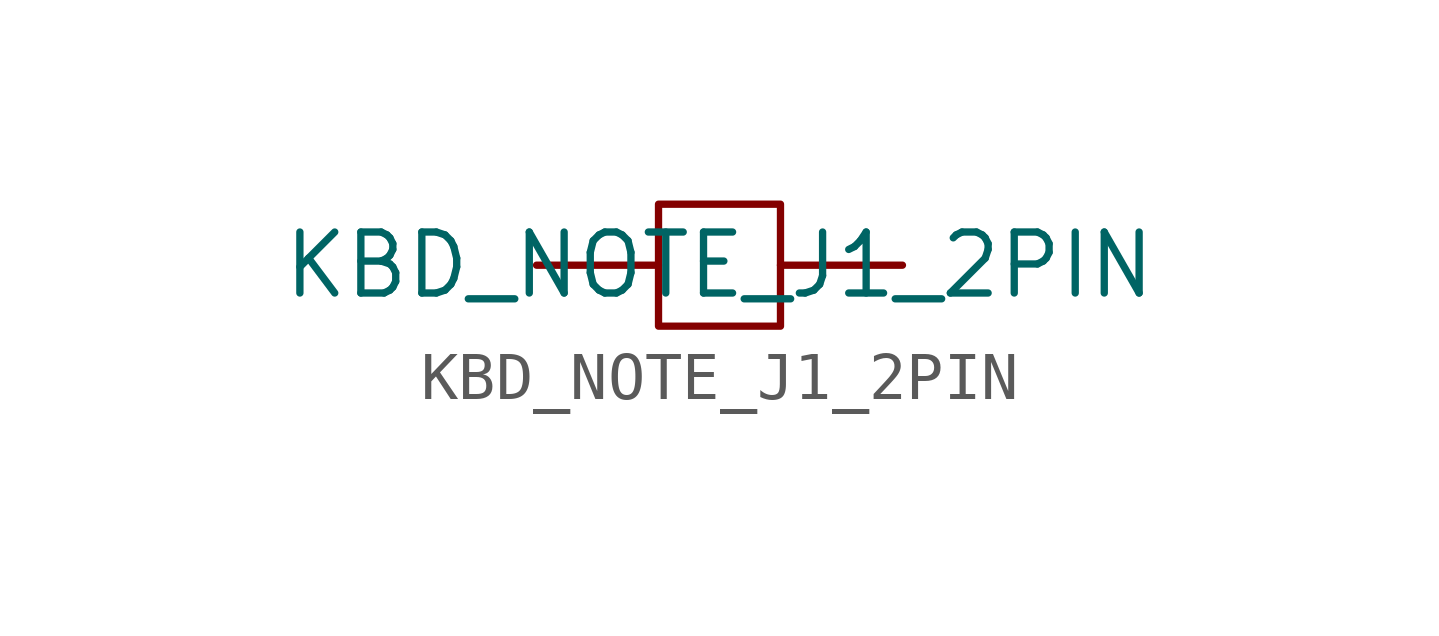
<source format=kicad_sym>
(kicad_symbol_lib
  (version 20211014)
  (generator kicad_symbol_editor)
  (symbol "KBD_NOTE_J1_2PIN"
    (property "Reference" "KBDN"
      (at -27.94 20.32 0)
      (effects (font (size 1.27 1.27)) hide))
    (property "Value" "KBD_NOTE_J1_2PIN"
      (at 0 0 0)
      (effects (font (size 1.27 1.27))))
    (symbol "KBD_NOTE_J1_2PIN_0_1"
      (rectangle (start -1.27 1.27) (end 1.27 -1.27) (stroke (width 0) (type default) (color 0 0 0 0)) (fill (type none))))
    (symbol "KBD_NOTE_J1_2PIN_1_1"
      (pin input line (at -3.81 0 0) (length 2.54) (name "" (effects (font (size 1.27 1.27)))) (number "" (effects (font (size 1.27 1.27)))))
      (pin input line (at 3.81 0 180) (length 2.54) (name "" (effects (font (size 1.27 1.27)))) (number "" (effects (font (size 1.27 1.27))))))))
</source>
